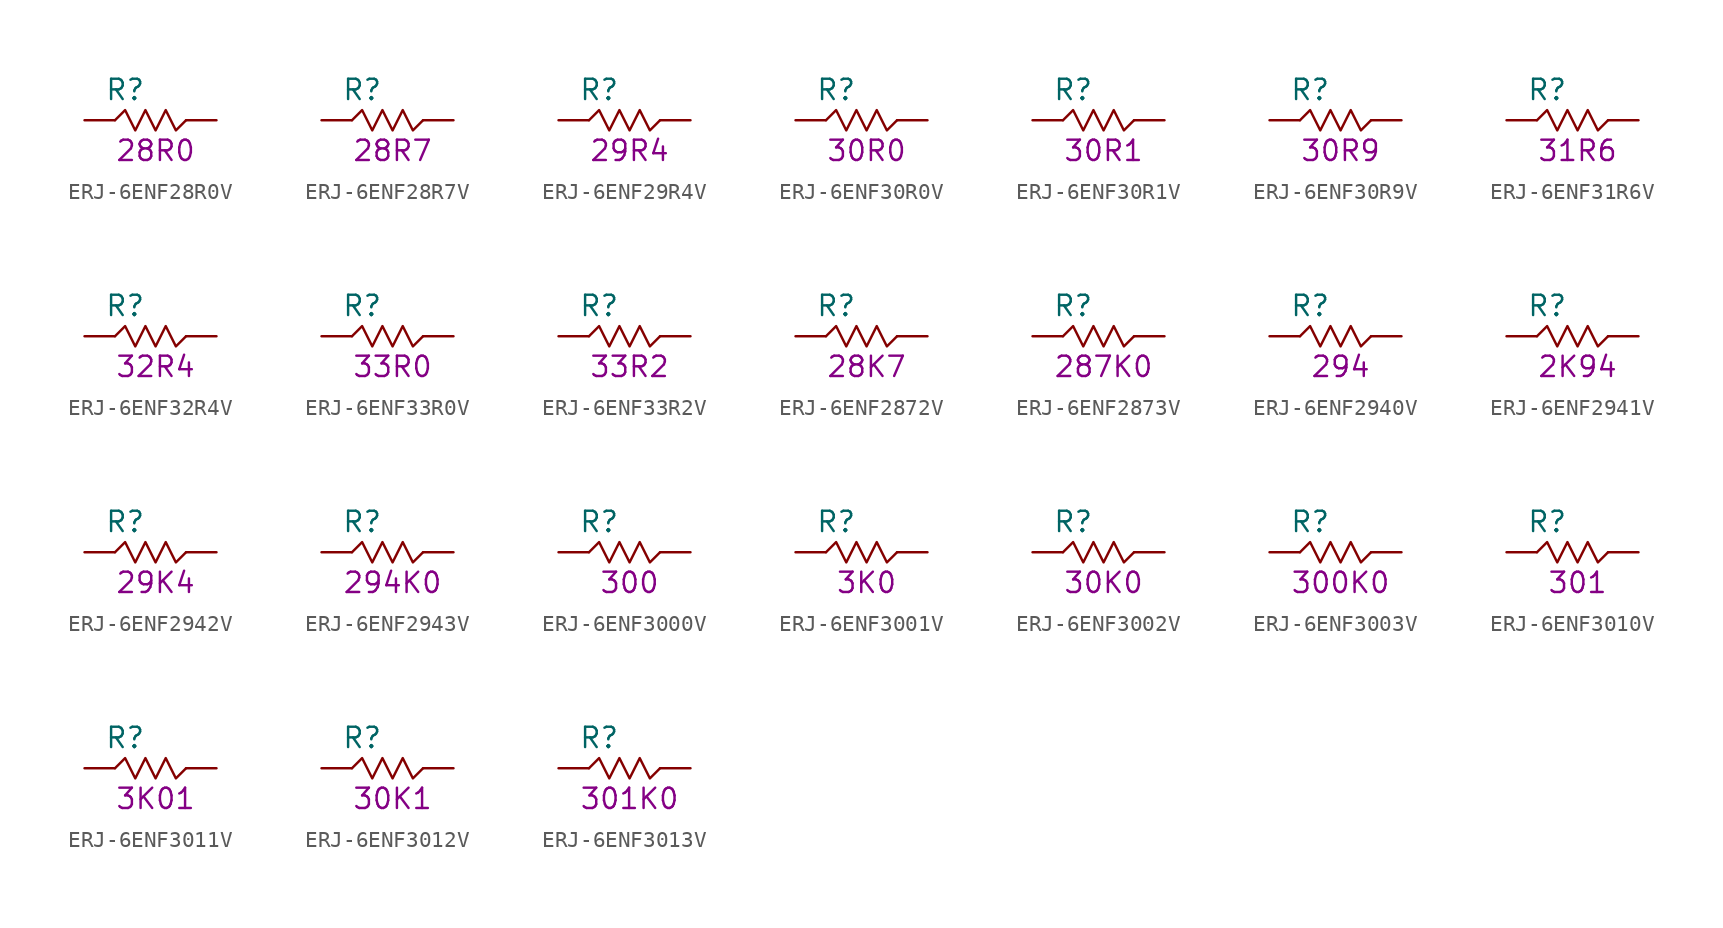
<source format=kicad_sym>
(kicad_symbol_lib
  (version 20211014)
  (generator KiCadLib_py)
  (symbol "ERJ-6ENF28R0V"
    (pin_numbers hide)
    (pin_names hide)
    (property "Reference" "R"
      (at -1.905 1.905 0)
      (effects (font (size 1.27 1.27))))
    (property "Val" "28R0"
      (at 0 -1.905 0)
      (effects (font (size 1.27 1.27))))
    (symbol "ERJ-6ENF28R0V_0_1"
      (polyline (pts (xy -2.54 0) (xy -1.905 0.635) (xy -1.27 -0.635) (xy -0.635 0.635) (xy 0 -0.635) (xy 0.635 0.635) (xy 1.27 -0.635) (xy 1.905 0)) (stroke (width 0) (type default) (color 0 0 0 0)) (fill (type none))))
    (symbol "ERJ-6ENF28R0V_1_1"
      (pin passive line (at -4.445 0 0) (length 1.905) (name "~" (effects (font (size 1.27 1.27)))) (number "1" (effects (font (size 1.27 1.27)))))
      (pin passive line (at 3.81 0 180) (length 1.905) (name "~" (effects (font (size 1.27 1.27)))) (number "2" (effects (font (size 1.27 1.27)))))))
  (symbol "ERJ-6ENF28R7V"
    (pin_numbers hide)
    (pin_names hide)
    (property "Reference" "R"
      (at -1.905 1.905 0)
      (effects (font (size 1.27 1.27))))
    (property "Val" "28R7"
      (at 0 -1.905 0)
      (effects (font (size 1.27 1.27))))
    (symbol "ERJ-6ENF28R7V_0_1"
      (polyline (pts (xy -2.54 0) (xy -1.905 0.635) (xy -1.27 -0.635) (xy -0.635 0.635) (xy 0 -0.635) (xy 0.635 0.635) (xy 1.27 -0.635) (xy 1.905 0)) (stroke (width 0) (type default) (color 0 0 0 0)) (fill (type none))))
    (symbol "ERJ-6ENF28R7V_1_1"
      (pin passive line (at -4.445 0 0) (length 1.905) (name "~" (effects (font (size 1.27 1.27)))) (number "1" (effects (font (size 1.27 1.27)))))
      (pin passive line (at 3.81 0 180) (length 1.905) (name "~" (effects (font (size 1.27 1.27)))) (number "2" (effects (font (size 1.27 1.27)))))))
  (symbol "ERJ-6ENF29R4V"
    (pin_numbers hide)
    (pin_names hide)
    (property "Reference" "R"
      (at -1.905 1.905 0)
      (effects (font (size 1.27 1.27))))
    (property "Val" "29R4"
      (at 0 -1.905 0)
      (effects (font (size 1.27 1.27))))
    (symbol "ERJ-6ENF29R4V_0_1"
      (polyline (pts (xy -2.54 0) (xy -1.905 0.635) (xy -1.27 -0.635) (xy -0.635 0.635) (xy 0 -0.635) (xy 0.635 0.635) (xy 1.27 -0.635) (xy 1.905 0)) (stroke (width 0) (type default) (color 0 0 0 0)) (fill (type none))))
    (symbol "ERJ-6ENF29R4V_1_1"
      (pin passive line (at -4.445 0 0) (length 1.905) (name "~" (effects (font (size 1.27 1.27)))) (number "1" (effects (font (size 1.27 1.27)))))
      (pin passive line (at 3.81 0 180) (length 1.905) (name "~" (effects (font (size 1.27 1.27)))) (number "2" (effects (font (size 1.27 1.27)))))))
  (symbol "ERJ-6ENF30R0V"
    (pin_numbers hide)
    (pin_names hide)
    (property "Reference" "R"
      (at -1.905 1.905 0)
      (effects (font (size 1.27 1.27))))
    (property "Val" "30R0"
      (at 0 -1.905 0)
      (effects (font (size 1.27 1.27))))
    (symbol "ERJ-6ENF30R0V_0_1"
      (polyline (pts (xy -2.54 0) (xy -1.905 0.635) (xy -1.27 -0.635) (xy -0.635 0.635) (xy 0 -0.635) (xy 0.635 0.635) (xy 1.27 -0.635) (xy 1.905 0)) (stroke (width 0) (type default) (color 0 0 0 0)) (fill (type none))))
    (symbol "ERJ-6ENF30R0V_1_1"
      (pin passive line (at -4.445 0 0) (length 1.905) (name "~" (effects (font (size 1.27 1.27)))) (number "1" (effects (font (size 1.27 1.27)))))
      (pin passive line (at 3.81 0 180) (length 1.905) (name "~" (effects (font (size 1.27 1.27)))) (number "2" (effects (font (size 1.27 1.27)))))))
  (symbol "ERJ-6ENF30R1V"
    (pin_numbers hide)
    (pin_names hide)
    (property "Reference" "R"
      (at -1.905 1.905 0)
      (effects (font (size 1.27 1.27))))
    (property "Val" "30R1"
      (at 0 -1.905 0)
      (effects (font (size 1.27 1.27))))
    (symbol "ERJ-6ENF30R1V_0_1"
      (polyline (pts (xy -2.54 0) (xy -1.905 0.635) (xy -1.27 -0.635) (xy -0.635 0.635) (xy 0 -0.635) (xy 0.635 0.635) (xy 1.27 -0.635) (xy 1.905 0)) (stroke (width 0) (type default) (color 0 0 0 0)) (fill (type none))))
    (symbol "ERJ-6ENF30R1V_1_1"
      (pin passive line (at -4.445 0 0) (length 1.905) (name "~" (effects (font (size 1.27 1.27)))) (number "1" (effects (font (size 1.27 1.27)))))
      (pin passive line (at 3.81 0 180) (length 1.905) (name "~" (effects (font (size 1.27 1.27)))) (number "2" (effects (font (size 1.27 1.27)))))))
  (symbol "ERJ-6ENF30R9V"
    (pin_numbers hide)
    (pin_names hide)
    (property "Reference" "R"
      (at -1.905 1.905 0)
      (effects (font (size 1.27 1.27))))
    (property "Val" "30R9"
      (at 0 -1.905 0)
      (effects (font (size 1.27 1.27))))
    (symbol "ERJ-6ENF30R9V_0_1"
      (polyline (pts (xy -2.54 0) (xy -1.905 0.635) (xy -1.27 -0.635) (xy -0.635 0.635) (xy 0 -0.635) (xy 0.635 0.635) (xy 1.27 -0.635) (xy 1.905 0)) (stroke (width 0) (type default) (color 0 0 0 0)) (fill (type none))))
    (symbol "ERJ-6ENF30R9V_1_1"
      (pin passive line (at -4.445 0 0) (length 1.905) (name "~" (effects (font (size 1.27 1.27)))) (number "1" (effects (font (size 1.27 1.27)))))
      (pin passive line (at 3.81 0 180) (length 1.905) (name "~" (effects (font (size 1.27 1.27)))) (number "2" (effects (font (size 1.27 1.27)))))))
  (symbol "ERJ-6ENF31R6V"
    (pin_numbers hide)
    (pin_names hide)
    (property "Reference" "R"
      (at -1.905 1.905 0)
      (effects (font (size 1.27 1.27))))
    (property "Val" "31R6"
      (at 0 -1.905 0)
      (effects (font (size 1.27 1.27))))
    (symbol "ERJ-6ENF31R6V_0_1"
      (polyline (pts (xy -2.54 0) (xy -1.905 0.635) (xy -1.27 -0.635) (xy -0.635 0.635) (xy 0 -0.635) (xy 0.635 0.635) (xy 1.27 -0.635) (xy 1.905 0)) (stroke (width 0) (type default) (color 0 0 0 0)) (fill (type none))))
    (symbol "ERJ-6ENF31R6V_1_1"
      (pin passive line (at -4.445 0 0) (length 1.905) (name "~" (effects (font (size 1.27 1.27)))) (number "1" (effects (font (size 1.27 1.27)))))
      (pin passive line (at 3.81 0 180) (length 1.905) (name "~" (effects (font (size 1.27 1.27)))) (number "2" (effects (font (size 1.27 1.27)))))))
  (symbol "ERJ-6ENF32R4V"
    (pin_numbers hide)
    (pin_names hide)
    (property "Reference" "R"
      (at -1.905 1.905 0)
      (effects (font (size 1.27 1.27))))
    (property "Val" "32R4"
      (at 0 -1.905 0)
      (effects (font (size 1.27 1.27))))
    (symbol "ERJ-6ENF32R4V_0_1"
      (polyline (pts (xy -2.54 0) (xy -1.905 0.635) (xy -1.27 -0.635) (xy -0.635 0.635) (xy 0 -0.635) (xy 0.635 0.635) (xy 1.27 -0.635) (xy 1.905 0)) (stroke (width 0) (type default) (color 0 0 0 0)) (fill (type none))))
    (symbol "ERJ-6ENF32R4V_1_1"
      (pin passive line (at -4.445 0 0) (length 1.905) (name "~" (effects (font (size 1.27 1.27)))) (number "1" (effects (font (size 1.27 1.27)))))
      (pin passive line (at 3.81 0 180) (length 1.905) (name "~" (effects (font (size 1.27 1.27)))) (number "2" (effects (font (size 1.27 1.27)))))))
  (symbol "ERJ-6ENF33R0V"
    (pin_numbers hide)
    (pin_names hide)
    (property "Reference" "R"
      (at -1.905 1.905 0)
      (effects (font (size 1.27 1.27))))
    (property "Val" "33R0"
      (at 0 -1.905 0)
      (effects (font (size 1.27 1.27))))
    (symbol "ERJ-6ENF33R0V_0_1"
      (polyline (pts (xy -2.54 0) (xy -1.905 0.635) (xy -1.27 -0.635) (xy -0.635 0.635) (xy 0 -0.635) (xy 0.635 0.635) (xy 1.27 -0.635) (xy 1.905 0)) (stroke (width 0) (type default) (color 0 0 0 0)) (fill (type none))))
    (symbol "ERJ-6ENF33R0V_1_1"
      (pin passive line (at -4.445 0 0) (length 1.905) (name "~" (effects (font (size 1.27 1.27)))) (number "1" (effects (font (size 1.27 1.27)))))
      (pin passive line (at 3.81 0 180) (length 1.905) (name "~" (effects (font (size 1.27 1.27)))) (number "2" (effects (font (size 1.27 1.27)))))))
  (symbol "ERJ-6ENF33R2V"
    (pin_numbers hide)
    (pin_names hide)
    (property "Reference" "R"
      (at -1.905 1.905 0)
      (effects (font (size 1.27 1.27))))
    (property "Val" "33R2"
      (at 0 -1.905 0)
      (effects (font (size 1.27 1.27))))
    (symbol "ERJ-6ENF33R2V_0_1"
      (polyline (pts (xy -2.54 0) (xy -1.905 0.635) (xy -1.27 -0.635) (xy -0.635 0.635) (xy 0 -0.635) (xy 0.635 0.635) (xy 1.27 -0.635) (xy 1.905 0)) (stroke (width 0) (type default) (color 0 0 0 0)) (fill (type none))))
    (symbol "ERJ-6ENF33R2V_1_1"
      (pin passive line (at -4.445 0 0) (length 1.905) (name "~" (effects (font (size 1.27 1.27)))) (number "1" (effects (font (size 1.27 1.27)))))
      (pin passive line (at 3.81 0 180) (length 1.905) (name "~" (effects (font (size 1.27 1.27)))) (number "2" (effects (font (size 1.27 1.27)))))))
  (symbol "ERJ-6ENF2872V"
    (pin_numbers hide)
    (pin_names hide)
    (property "Reference" "R"
      (at -1.905 1.905 0)
      (effects (font (size 1.27 1.27))))
    (property "Val" "28K7"
      (at 0 -1.905 0)
      (effects (font (size 1.27 1.27))))
    (symbol "ERJ-6ENF2872V_0_1"
      (polyline (pts (xy -2.54 0) (xy -1.905 0.635) (xy -1.27 -0.635) (xy -0.635 0.635) (xy 0 -0.635) (xy 0.635 0.635) (xy 1.27 -0.635) (xy 1.905 0)) (stroke (width 0) (type default) (color 0 0 0 0)) (fill (type none))))
    (symbol "ERJ-6ENF2872V_1_1"
      (pin passive line (at -4.445 0 0) (length 1.905) (name "~" (effects (font (size 1.27 1.27)))) (number "1" (effects (font (size 1.27 1.27)))))
      (pin passive line (at 3.81 0 180) (length 1.905) (name "~" (effects (font (size 1.27 1.27)))) (number "2" (effects (font (size 1.27 1.27)))))))
  (symbol "ERJ-6ENF2873V"
    (pin_numbers hide)
    (pin_names hide)
    (property "Reference" "R"
      (at -1.905 1.905 0)
      (effects (font (size 1.27 1.27))))
    (property "Val" "287K0"
      (at 0 -1.905 0)
      (effects (font (size 1.27 1.27))))
    (symbol "ERJ-6ENF2873V_0_1"
      (polyline (pts (xy -2.54 0) (xy -1.905 0.635) (xy -1.27 -0.635) (xy -0.635 0.635) (xy 0 -0.635) (xy 0.635 0.635) (xy 1.27 -0.635) (xy 1.905 0)) (stroke (width 0) (type default) (color 0 0 0 0)) (fill (type none))))
    (symbol "ERJ-6ENF2873V_1_1"
      (pin passive line (at -4.445 0 0) (length 1.905) (name "~" (effects (font (size 1.27 1.27)))) (number "1" (effects (font (size 1.27 1.27)))))
      (pin passive line (at 3.81 0 180) (length 1.905) (name "~" (effects (font (size 1.27 1.27)))) (number "2" (effects (font (size 1.27 1.27)))))))
  (symbol "ERJ-6ENF2940V"
    (pin_numbers hide)
    (pin_names hide)
    (property "Reference" "R"
      (at -1.905 1.905 0)
      (effects (font (size 1.27 1.27))))
    (property "Val" "294"
      (at 0 -1.905 0)
      (effects (font (size 1.27 1.27))))
    (symbol "ERJ-6ENF2940V_0_1"
      (polyline (pts (xy -2.54 0) (xy -1.905 0.635) (xy -1.27 -0.635) (xy -0.635 0.635) (xy 0 -0.635) (xy 0.635 0.635) (xy 1.27 -0.635) (xy 1.905 0)) (stroke (width 0) (type default) (color 0 0 0 0)) (fill (type none))))
    (symbol "ERJ-6ENF2940V_1_1"
      (pin passive line (at -4.445 0 0) (length 1.905) (name "~" (effects (font (size 1.27 1.27)))) (number "1" (effects (font (size 1.27 1.27)))))
      (pin passive line (at 3.81 0 180) (length 1.905) (name "~" (effects (font (size 1.27 1.27)))) (number "2" (effects (font (size 1.27 1.27)))))))
  (symbol "ERJ-6ENF2941V"
    (pin_numbers hide)
    (pin_names hide)
    (property "Reference" "R"
      (at -1.905 1.905 0)
      (effects (font (size 1.27 1.27))))
    (property "Val" "2K94"
      (at 0 -1.905 0)
      (effects (font (size 1.27 1.27))))
    (symbol "ERJ-6ENF2941V_0_1"
      (polyline (pts (xy -2.54 0) (xy -1.905 0.635) (xy -1.27 -0.635) (xy -0.635 0.635) (xy 0 -0.635) (xy 0.635 0.635) (xy 1.27 -0.635) (xy 1.905 0)) (stroke (width 0) (type default) (color 0 0 0 0)) (fill (type none))))
    (symbol "ERJ-6ENF2941V_1_1"
      (pin passive line (at -4.445 0 0) (length 1.905) (name "~" (effects (font (size 1.27 1.27)))) (number "1" (effects (font (size 1.27 1.27)))))
      (pin passive line (at 3.81 0 180) (length 1.905) (name "~" (effects (font (size 1.27 1.27)))) (number "2" (effects (font (size 1.27 1.27)))))))
  (symbol "ERJ-6ENF2942V"
    (pin_numbers hide)
    (pin_names hide)
    (property "Reference" "R"
      (at -1.905 1.905 0)
      (effects (font (size 1.27 1.27))))
    (property "Val" "29K4"
      (at 0 -1.905 0)
      (effects (font (size 1.27 1.27))))
    (symbol "ERJ-6ENF2942V_0_1"
      (polyline (pts (xy -2.54 0) (xy -1.905 0.635) (xy -1.27 -0.635) (xy -0.635 0.635) (xy 0 -0.635) (xy 0.635 0.635) (xy 1.27 -0.635) (xy 1.905 0)) (stroke (width 0) (type default) (color 0 0 0 0)) (fill (type none))))
    (symbol "ERJ-6ENF2942V_1_1"
      (pin passive line (at -4.445 0 0) (length 1.905) (name "~" (effects (font (size 1.27 1.27)))) (number "1" (effects (font (size 1.27 1.27)))))
      (pin passive line (at 3.81 0 180) (length 1.905) (name "~" (effects (font (size 1.27 1.27)))) (number "2" (effects (font (size 1.27 1.27)))))))
  (symbol "ERJ-6ENF2943V"
    (pin_numbers hide)
    (pin_names hide)
    (property "Reference" "R"
      (at -1.905 1.905 0)
      (effects (font (size 1.27 1.27))))
    (property "Val" "294K0"
      (at 0 -1.905 0)
      (effects (font (size 1.27 1.27))))
    (symbol "ERJ-6ENF2943V_0_1"
      (polyline (pts (xy -2.54 0) (xy -1.905 0.635) (xy -1.27 -0.635) (xy -0.635 0.635) (xy 0 -0.635) (xy 0.635 0.635) (xy 1.27 -0.635) (xy 1.905 0)) (stroke (width 0) (type default) (color 0 0 0 0)) (fill (type none))))
    (symbol "ERJ-6ENF2943V_1_1"
      (pin passive line (at -4.445 0 0) (length 1.905) (name "~" (effects (font (size 1.27 1.27)))) (number "1" (effects (font (size 1.27 1.27)))))
      (pin passive line (at 3.81 0 180) (length 1.905) (name "~" (effects (font (size 1.27 1.27)))) (number "2" (effects (font (size 1.27 1.27)))))))
  (symbol "ERJ-6ENF3000V"
    (pin_numbers hide)
    (pin_names hide)
    (property "Reference" "R"
      (at -1.905 1.905 0)
      (effects (font (size 1.27 1.27))))
    (property "Val" "300"
      (at 0 -1.905 0)
      (effects (font (size 1.27 1.27))))
    (symbol "ERJ-6ENF3000V_0_1"
      (polyline (pts (xy -2.54 0) (xy -1.905 0.635) (xy -1.27 -0.635) (xy -0.635 0.635) (xy 0 -0.635) (xy 0.635 0.635) (xy 1.27 -0.635) (xy 1.905 0)) (stroke (width 0) (type default) (color 0 0 0 0)) (fill (type none))))
    (symbol "ERJ-6ENF3000V_1_1"
      (pin passive line (at -4.445 0 0) (length 1.905) (name "~" (effects (font (size 1.27 1.27)))) (number "1" (effects (font (size 1.27 1.27)))))
      (pin passive line (at 3.81 0 180) (length 1.905) (name "~" (effects (font (size 1.27 1.27)))) (number "2" (effects (font (size 1.27 1.27)))))))
  (symbol "ERJ-6ENF3001V"
    (pin_numbers hide)
    (pin_names hide)
    (property "Reference" "R"
      (at -1.905 1.905 0)
      (effects (font (size 1.27 1.27))))
    (property "Val" "3K0"
      (at 0 -1.905 0)
      (effects (font (size 1.27 1.27))))
    (symbol "ERJ-6ENF3001V_0_1"
      (polyline (pts (xy -2.54 0) (xy -1.905 0.635) (xy -1.27 -0.635) (xy -0.635 0.635) (xy 0 -0.635) (xy 0.635 0.635) (xy 1.27 -0.635) (xy 1.905 0)) (stroke (width 0) (type default) (color 0 0 0 0)) (fill (type none))))
    (symbol "ERJ-6ENF3001V_1_1"
      (pin passive line (at -4.445 0 0) (length 1.905) (name "~" (effects (font (size 1.27 1.27)))) (number "1" (effects (font (size 1.27 1.27)))))
      (pin passive line (at 3.81 0 180) (length 1.905) (name "~" (effects (font (size 1.27 1.27)))) (number "2" (effects (font (size 1.27 1.27)))))))
  (symbol "ERJ-6ENF3002V"
    (pin_numbers hide)
    (pin_names hide)
    (property "Reference" "R"
      (at -1.905 1.905 0)
      (effects (font (size 1.27 1.27))))
    (property "Val" "30K0"
      (at 0 -1.905 0)
      (effects (font (size 1.27 1.27))))
    (symbol "ERJ-6ENF3002V_0_1"
      (polyline (pts (xy -2.54 0) (xy -1.905 0.635) (xy -1.27 -0.635) (xy -0.635 0.635) (xy 0 -0.635) (xy 0.635 0.635) (xy 1.27 -0.635) (xy 1.905 0)) (stroke (width 0) (type default) (color 0 0 0 0)) (fill (type none))))
    (symbol "ERJ-6ENF3002V_1_1"
      (pin passive line (at -4.445 0 0) (length 1.905) (name "~" (effects (font (size 1.27 1.27)))) (number "1" (effects (font (size 1.27 1.27)))))
      (pin passive line (at 3.81 0 180) (length 1.905) (name "~" (effects (font (size 1.27 1.27)))) (number "2" (effects (font (size 1.27 1.27)))))))
  (symbol "ERJ-6ENF3003V"
    (pin_numbers hide)
    (pin_names hide)
    (property "Reference" "R"
      (at -1.905 1.905 0)
      (effects (font (size 1.27 1.27))))
    (property "Val" "300K0"
      (at 0 -1.905 0)
      (effects (font (size 1.27 1.27))))
    (symbol "ERJ-6ENF3003V_0_1"
      (polyline (pts (xy -2.54 0) (xy -1.905 0.635) (xy -1.27 -0.635) (xy -0.635 0.635) (xy 0 -0.635) (xy 0.635 0.635) (xy 1.27 -0.635) (xy 1.905 0)) (stroke (width 0) (type default) (color 0 0 0 0)) (fill (type none))))
    (symbol "ERJ-6ENF3003V_1_1"
      (pin passive line (at -4.445 0 0) (length 1.905) (name "~" (effects (font (size 1.27 1.27)))) (number "1" (effects (font (size 1.27 1.27)))))
      (pin passive line (at 3.81 0 180) (length 1.905) (name "~" (effects (font (size 1.27 1.27)))) (number "2" (effects (font (size 1.27 1.27)))))))
  (symbol "ERJ-6ENF3010V"
    (pin_numbers hide)
    (pin_names hide)
    (property "Reference" "R"
      (at -1.905 1.905 0)
      (effects (font (size 1.27 1.27))))
    (property "Val" "301"
      (at 0 -1.905 0)
      (effects (font (size 1.27 1.27))))
    (symbol "ERJ-6ENF3010V_0_1"
      (polyline (pts (xy -2.54 0) (xy -1.905 0.635) (xy -1.27 -0.635) (xy -0.635 0.635) (xy 0 -0.635) (xy 0.635 0.635) (xy 1.27 -0.635) (xy 1.905 0)) (stroke (width 0) (type default) (color 0 0 0 0)) (fill (type none))))
    (symbol "ERJ-6ENF3010V_1_1"
      (pin passive line (at -4.445 0 0) (length 1.905) (name "~" (effects (font (size 1.27 1.27)))) (number "1" (effects (font (size 1.27 1.27)))))
      (pin passive line (at 3.81 0 180) (length 1.905) (name "~" (effects (font (size 1.27 1.27)))) (number "2" (effects (font (size 1.27 1.27)))))))
  (symbol "ERJ-6ENF3011V"
    (pin_numbers hide)
    (pin_names hide)
    (property "Reference" "R"
      (at -1.905 1.905 0)
      (effects (font (size 1.27 1.27))))
    (property "Val" "3K01"
      (at 0 -1.905 0)
      (effects (font (size 1.27 1.27))))
    (symbol "ERJ-6ENF3011V_0_1"
      (polyline (pts (xy -2.54 0) (xy -1.905 0.635) (xy -1.27 -0.635) (xy -0.635 0.635) (xy 0 -0.635) (xy 0.635 0.635) (xy 1.27 -0.635) (xy 1.905 0)) (stroke (width 0) (type default) (color 0 0 0 0)) (fill (type none))))
    (symbol "ERJ-6ENF3011V_1_1"
      (pin passive line (at -4.445 0 0) (length 1.905) (name "~" (effects (font (size 1.27 1.27)))) (number "1" (effects (font (size 1.27 1.27)))))
      (pin passive line (at 3.81 0 180) (length 1.905) (name "~" (effects (font (size 1.27 1.27)))) (number "2" (effects (font (size 1.27 1.27)))))))
  (symbol "ERJ-6ENF3012V"
    (pin_numbers hide)
    (pin_names hide)
    (property "Reference" "R"
      (at -1.905 1.905 0)
      (effects (font (size 1.27 1.27))))
    (property "Val" "30K1"
      (at 0 -1.905 0)
      (effects (font (size 1.27 1.27))))
    (symbol "ERJ-6ENF3012V_0_1"
      (polyline (pts (xy -2.54 0) (xy -1.905 0.635) (xy -1.27 -0.635) (xy -0.635 0.635) (xy 0 -0.635) (xy 0.635 0.635) (xy 1.27 -0.635) (xy 1.905 0)) (stroke (width 0) (type default) (color 0 0 0 0)) (fill (type none))))
    (symbol "ERJ-6ENF3012V_1_1"
      (pin passive line (at -4.445 0 0) (length 1.905) (name "~" (effects (font (size 1.27 1.27)))) (number "1" (effects (font (size 1.27 1.27)))))
      (pin passive line (at 3.81 0 180) (length 1.905) (name "~" (effects (font (size 1.27 1.27)))) (number "2" (effects (font (size 1.27 1.27)))))))
  (symbol "ERJ-6ENF3013V"
    (pin_numbers hide)
    (pin_names hide)
    (property "Reference" "R"
      (at -1.905 1.905 0)
      (effects (font (size 1.27 1.27))))
    (property "Val" "301K0"
      (at 0 -1.905 0)
      (effects (font (size 1.27 1.27))))
    (symbol "ERJ-6ENF3013V_0_1"
      (polyline (pts (xy -2.54 0) (xy -1.905 0.635) (xy -1.27 -0.635) (xy -0.635 0.635) (xy 0 -0.635) (xy 0.635 0.635) (xy 1.27 -0.635) (xy 1.905 0)) (stroke (width 0) (type default) (color 0 0 0 0)) (fill (type none))))
    (symbol "ERJ-6ENF3013V_1_1"
      (pin passive line (at -4.445 0 0) (length 1.905) (name "~" (effects (font (size 1.27 1.27)))) (number "1" (effects (font (size 1.27 1.27)))))
      (pin passive line (at 3.81 0 180) (length 1.905) (name "~" (effects (font (size 1.27 1.27)))) (number "2" (effects (font (size 1.27 1.27))))))))
</source>
